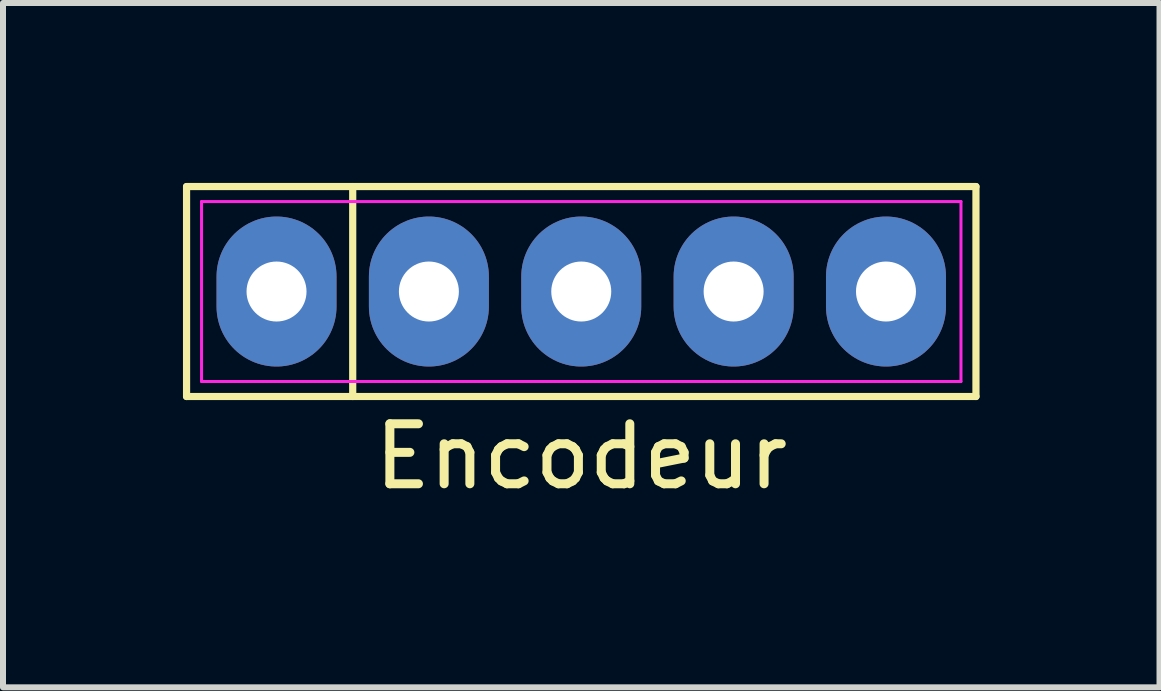
<source format=kicad_pcb>
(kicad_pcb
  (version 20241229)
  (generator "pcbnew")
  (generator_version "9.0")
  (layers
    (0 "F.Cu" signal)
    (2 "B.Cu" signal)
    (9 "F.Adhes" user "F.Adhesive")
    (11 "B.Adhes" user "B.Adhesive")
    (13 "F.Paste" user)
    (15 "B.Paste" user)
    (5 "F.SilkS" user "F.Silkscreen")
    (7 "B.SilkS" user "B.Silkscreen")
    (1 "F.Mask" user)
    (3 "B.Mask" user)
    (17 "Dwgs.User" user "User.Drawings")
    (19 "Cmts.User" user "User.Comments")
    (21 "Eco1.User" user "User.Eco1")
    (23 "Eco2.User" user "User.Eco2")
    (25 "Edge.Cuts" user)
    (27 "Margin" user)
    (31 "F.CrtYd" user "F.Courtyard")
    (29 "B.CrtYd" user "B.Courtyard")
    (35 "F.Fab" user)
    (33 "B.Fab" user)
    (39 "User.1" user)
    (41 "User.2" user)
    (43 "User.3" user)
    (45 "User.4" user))
  (footprint "Encodeur"
    (layer "F.Cu")
    (at 6.64 1.81)
    (property "Reference" "Encodeur" (at 0 2.75 0) (layer "F.SilkS") (effects (font (size 1 1) (thickness 0.15))))
    (attr through_hole)
    (fp_line (start -6.58 -1.75) (end 6.58 -1.75) (stroke (width 0.12) (type solid)) (layer "F.SilkS"))
    (fp_line (start -6.58 1.75) (end -6.58 -1.75) (stroke (width 0.12) (type solid)) (layer "F.SilkS"))
    (fp_line (start -3.81 -1.75) (end -3.81 1.75) (stroke (width 0.12) (type solid)) (layer "F.SilkS"))
    (fp_line (start 6.58 -1.75) (end 6.58 1.75) (stroke (width 0.12) (type solid)) (layer "F.SilkS"))
    (fp_line (start 6.58 1.75) (end -6.58 1.75) (stroke (width 0.12) (type solid)) (layer "F.SilkS"))
    (fp_line (start -6.33 -1.5) (end 6.33 -1.5) (stroke (width 0.05) (type solid)) (layer "F.CrtYd"))
    (fp_line (start -6.33 1.5) (end -6.33 -1.5) (stroke (width 0.05) (type solid)) (layer "F.CrtYd"))
    (fp_line (start 6.33 -1.5) (end 6.33 1.5) (stroke (width 0.05) (type solid)) (layer "F.CrtYd"))
    (fp_line (start 6.33 1.5) (end -6.33 1.5) (stroke (width 0.05) (type solid)) (layer "F.CrtYd"))
    (pad "1" thru_hole oval (at -5.08 0) (size 2 2.5) (drill 1) (layers "*.Cu" "*.Mask"))
    (pad "2" thru_hole oval (at -2.54 0) (size 2 2.5) (drill 1) (layers "*.Cu" "*.Mask"))
    (pad "3" thru_hole oval (at 0 0) (size 2 2.5) (drill 1) (layers "*.Cu" "*.Mask"))
    (pad "4" thru_hole oval (at 2.54 0) (size 2 2.5) (drill 1) (layers "*.Cu" "*.Mask"))
    (pad "5" thru_hole oval (at 5.08 0) (size 2 2.5) (drill 1) (layers "*.Cu" "*.Mask")))
  (gr_rect
    (start -3 -3)
    (end 16.28 8.408)
    (stroke (width 0.1) (type default))
    (fill no)
    (layer "Edge.Cuts")))
</source>
